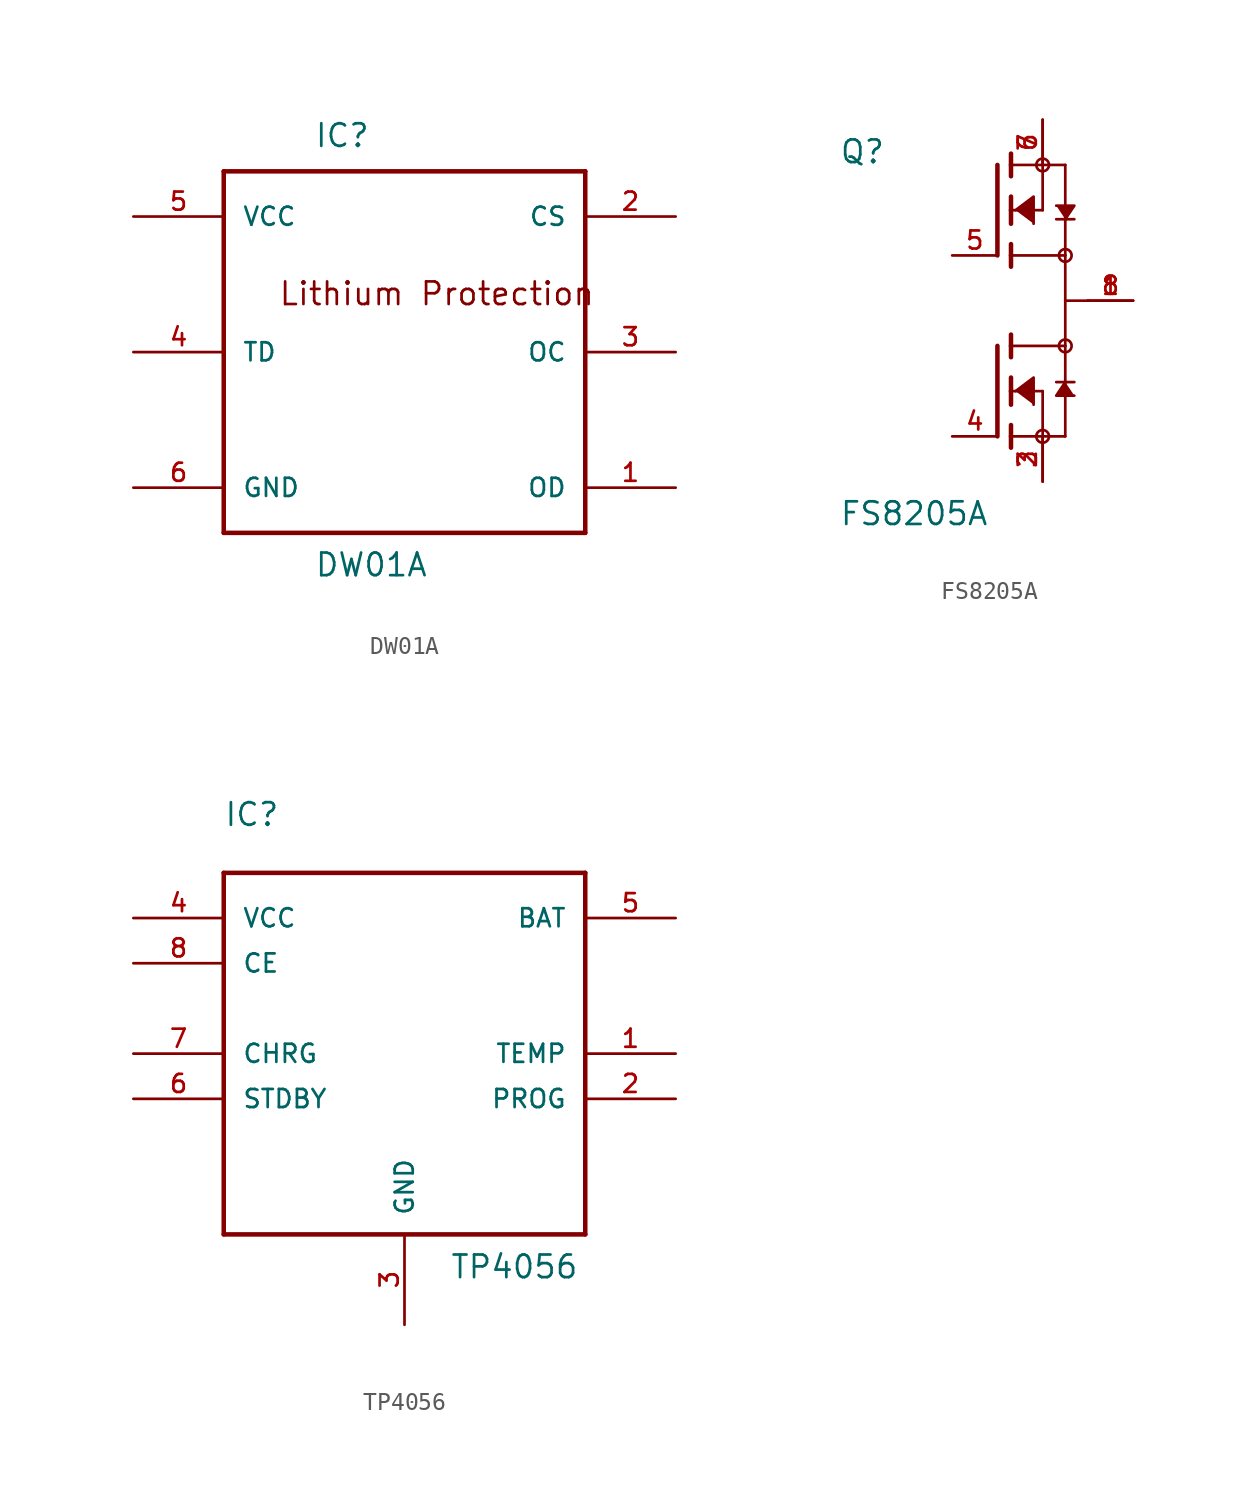
<source format=kicad_sym>
(kicad_symbol_lib
  (version 20200908)
  (generator kicad_symbol_editor)
  (symbol "New_Library:DW01A"
    (pin_names
      (offset 1.016))
    (property "Reference" "IC"
      (at -5.08 11.43 0)
      (effects (font (size 1.27 1.27)) (justify left bottom)))
    (property "Value" "DW01A"
      (at -5.08 -12.7 0)
      (effects (font (size 1.27 1.27)) (justify left bottom)))
    (property "ki_locked" ""
      (at 0 0 0)
      (effects (font (size 1.27 1.27))))
    (symbol "DW01A_0_0"
      (text "Lithium Protection" (at -7.112 2.54 0) (effects (font (size 1.27 1.27)) (justify left bottom)))
      (polyline (pts (xy -10.16 -10.16) (xy -10.16 10.16)) (stroke (width 0.254)) (fill (type none)))
      (polyline (pts (xy -10.16 10.16) (xy 10.16 10.16)) (stroke (width 0.254)) (fill (type none)))
      (polyline (pts (xy 10.16 10.16) (xy 10.16 -10.16)) (stroke (width 0.254)) (fill (type none)))
      (polyline (pts (xy 10.16 -10.16) (xy -10.16 -10.16)) (stroke (width 0.254)) (fill (type none)))
      (pin power_in line (at -15.24 7.62 0) (length 5.08) (name "VCC" (effects (font (size 1.016 1.016)))) (number "5" (effects (font (size 1.016 1.016)))))
      (pin power_in line (at -15.24 -7.62 0) (length 5.08) (name "GND" (effects (font (size 1.016 1.016)))) (number "6" (effects (font (size 1.016 1.016)))))
      (pin bidirectional line (at -15.24 0 0) (length 5.08) (name "TD" (effects (font (size 1.016 1.016)))) (number "4" (effects (font (size 1.016 1.016)))))
      (pin bidirectional line (at 15.24 -7.62 180) (length 5.08) (name "OD" (effects (font (size 1.016 1.016)))) (number "1" (effects (font (size 1.016 1.016)))))
      (pin bidirectional line (at 15.24 0 180) (length 5.08) (name "OC" (effects (font (size 1.016 1.016)))) (number "3" (effects (font (size 1.016 1.016)))))
      (pin bidirectional line (at 15.24 7.62 180) (length 5.08) (name "CS" (effects (font (size 1.016 1.016)))) (number "2" (effects (font (size 1.016 1.016)))))))
  (symbol "New_Library:FS8205A"
    (pin_names
      (offset 1.016) hide)
    (property "Reference" "Q"
      (at -11.43 7.62 0)
      (effects (font (size 1.27 1.27)) (justify left bottom)))
    (property "Value" "FS8205A"
      (at -11.43 -12.7 0)
      (effects (font (size 1.27 1.27)) (justify left bottom)))
    (property "ki_locked" ""
      (at 0 0 0)
      (effects (font (size 1.27 1.27))))
    (symbol "FS8205A_0_0"
      (circle (center 0 -7.62) (radius 0.356) (stroke (width 0)) (fill (type none)))
      (circle (center 1.27 -2.54) (radius 0.356) (stroke (width 0)) (fill (type none)))
      (circle (center 0 7.62) (radius 0.356) (stroke (width 0)) (fill (type none)))
      (circle (center 1.27 2.54) (radius 0.356) (stroke (width 0)) (fill (type none)))
      (polyline (pts (xy -1.778 -4.318) (xy -1.778 -5.08)) (stroke (width 0.254)) (fill (type none)))
      (polyline (pts (xy -1.778 -5.08) (xy -1.778 -5.842)) (stroke (width 0.254)) (fill (type none)))
      (polyline (pts (xy -1.778 -1.905) (xy -1.778 -2.54)) (stroke (width 0.254)) (fill (type none)))
      (polyline (pts (xy -1.778 -2.54) (xy -1.778 -3.175)) (stroke (width 0.254)) (fill (type none)))
      (polyline (pts (xy -1.778 -5.08) (xy 0 -5.08)) (stroke (width 0.152)) (fill (type none)))
      (polyline (pts (xy 0 -5.08) (xy 0 -7.62)) (stroke (width 0.152)) (fill (type none)))
      (polyline (pts (xy -1.778 -6.985) (xy -1.778 -7.62)) (stroke (width 0.254)) (fill (type none)))
      (polyline (pts (xy -1.778 -7.62) (xy -1.778 -8.255)) (stroke (width 0.254)) (fill (type none)))
      (polyline (pts (xy -2.54 -2.54) (xy -2.54 -7.62)) (stroke (width 0.254)) (fill (type none)))
      (polyline (pts (xy 0 -7.62) (xy -1.778 -7.62)) (stroke (width 0.152)) (fill (type none)))
      (polyline (pts (xy 1.27 -2.54) (xy 1.27 -4.572)) (stroke (width 0.152)) (fill (type none)))
      (polyline (pts (xy 1.27 -4.572) (xy 1.27 -7.62)) (stroke (width 0.152)) (fill (type none)))
      (polyline (pts (xy 0 -7.62) (xy 1.27 -7.62)) (stroke (width 0.152)) (fill (type none)))
      (polyline (pts (xy -1.778 -2.54) (xy 1.27 -2.54)) (stroke (width 0.152)) (fill (type none)))
      (polyline (pts (xy 1.778 -4.572) (xy 1.27 -4.572)) (stroke (width 0.152)) (fill (type none)))
      (polyline (pts (xy 1.27 -4.572) (xy 0.762 -4.572)) (stroke (width 0.152)) (fill (type none)))
      (polyline (pts (xy 1.27 -4.572) (xy 0.762 -5.334) (xy 1.778 -5.334)) (stroke (width 0.152)) (fill (type outline)))
      (polyline (pts (xy -1.524 -5.08) (xy -0.508 -4.318) (xy -0.508 -5.842)) (stroke (width 0.152)) (fill (type outline)))
      (polyline (pts (xy -1.778 5.842) (xy -1.778 5.08)) (stroke (width 0.254)) (fill (type none)))
      (polyline (pts (xy -1.778 5.08) (xy -1.778 4.318)) (stroke (width 0.254)) (fill (type none)))
      (polyline (pts (xy -1.778 8.255) (xy -1.778 7.62)) (stroke (width 0.254)) (fill (type none)))
      (polyline (pts (xy -1.778 7.62) (xy -1.778 6.985)) (stroke (width 0.254)) (fill (type none)))
      (polyline (pts (xy -1.778 5.08) (xy 0 5.08)) (stroke (width 0.152)) (fill (type none)))
      (polyline (pts (xy -1.778 3.175) (xy -1.778 2.54)) (stroke (width 0.254)) (fill (type none)))
      (polyline (pts (xy -1.778 2.54) (xy -1.778 1.905)) (stroke (width 0.254)) (fill (type none)))
      (polyline (pts (xy -2.54 7.62) (xy -2.54 2.54)) (stroke (width 0.254)) (fill (type none)))
      (polyline (pts (xy 1.27 2.54) (xy -1.778 2.54)) (stroke (width 0.152)) (fill (type none)))
      (polyline (pts (xy -1.778 7.62) (xy 1.27 7.62)) (stroke (width 0.152)) (fill (type none)))
      (polyline (pts (xy -1.524 5.08) (xy -0.508 5.842) (xy -0.508 4.318)) (stroke (width 0.152)) (fill (type outline)))
      (polyline (pts (xy 1.27 2.54) (xy 1.27 4.572)) (stroke (width 0.152)) (fill (type none)))
      (polyline (pts (xy 1.27 4.572) (xy 1.27 7.62)) (stroke (width 0.152)) (fill (type none)))
      (polyline (pts (xy 0.762 4.572) (xy 1.27 4.572)) (stroke (width 0.152)) (fill (type none)))
      (polyline (pts (xy 1.27 4.572) (xy 1.778 4.572)) (stroke (width 0.152)) (fill (type none)))
      (polyline (pts (xy 1.27 4.572) (xy 1.778 5.334) (xy 0.762 5.334)) (stroke (width 0.152)) (fill (type outline)))
      (polyline (pts (xy 0 7.62) (xy 0 5.08)) (stroke (width 0.152)) (fill (type none)))
      (polyline (pts (xy 1.27 -2.54) (xy 1.27 0)) (stroke (width 0.152)) (fill (type none)))
      (polyline (pts (xy 1.27 0) (xy 1.27 2.54)) (stroke (width 0.152)) (fill (type none)))
      (polyline (pts (xy 1.27 0) (xy 2.54 0)) (stroke (width 0.152)) (fill (type none)))
      (pin passive line (at 0 -10.16 90) (length 2.54) (name "~" (effects (font (size 1.016 1.016)))) (number "2" (effects (font (size 1.016 1.016)))))
      (pin passive line (at 0 -10.16 90) (length 2.54) (name "~" (effects (font (size 1.016 1.016)))) (number "3" (effects (font (size 1.016 1.016)))))
      (pin passive line (at -5.08 -7.62 0) (length 2.54) (name "~" (effects (font (size 1.016 1.016)))) (number "4" (effects (font (size 1.016 1.016)))))
      (pin passive line (at 5.08 0 180) (length 2.54) (name "~" (effects (font (size 1.016 1.016)))) (number "1" (effects (font (size 1.016 1.016)))))
      (pin passive line (at 5.08 0 180) (length 2.54) (name "~" (effects (font (size 1.016 1.016)))) (number "8" (effects (font (size 1.016 1.016)))))
      (pin passive line (at -5.08 2.54 0) (length 2.54) (name "~" (effects (font (size 1.016 1.016)))) (number "5" (effects (font (size 1.016 1.016)))))
      (pin passive line (at 0 10.16 270) (length 2.54) (name "~" (effects (font (size 1.016 1.016)))) (number "6" (effects (font (size 1.016 1.016)))))
      (pin passive line (at 0 10.16 270) (length 2.54) (name "~" (effects (font (size 1.016 1.016)))) (number "7" (effects (font (size 1.016 1.016)))))))
  (symbol "New_Library:TP4056"
    (pin_names
      (offset 1.016))
    (property "Reference" "IC"
      (at -10.16 12.7 0)
      (effects (font (size 1.27 1.27)) (justify left bottom)))
    (property "Value" "TP4056"
      (at 2.54 -12.725 0)
      (effects (font (size 1.27 1.27)) (justify left bottom)))
    (property "ki_locked" ""
      (at 0 0 0)
      (effects (font (size 1.27 1.27))))
    (symbol "TP4056_0_0"
      (polyline (pts (xy -10.16 10.16) (xy -10.16 -10.16)) (stroke (width 0.254)) (fill (type none)))
      (polyline (pts (xy -10.16 -10.16) (xy 10.16 -10.16)) (stroke (width 0.254)) (fill (type none)))
      (polyline (pts (xy 10.16 -10.16) (xy 10.16 10.16)) (stroke (width 0.254)) (fill (type none)))
      (polyline (pts (xy 10.16 10.16) (xy -10.16 10.16)) (stroke (width 0.254)) (fill (type none)))
      (pin bidirectional line (at 15.24 0 180) (length 5.08) (name "TEMP" (effects (font (size 1.016 1.016)))) (number "1" (effects (font (size 1.016 1.016)))))
      (pin bidirectional line (at 15.24 -2.54 180) (length 5.08) (name "PROG" (effects (font (size 1.016 1.016)))) (number "2" (effects (font (size 1.016 1.016)))))
      (pin bidirectional line (at 0 -15.24 90) (length 5.08) (name "GND" (effects (font (size 1.016 1.016)))) (number "3" (effects (font (size 1.016 1.016)))))
      (pin bidirectional line (at -15.24 7.62 0) (length 5.08) (name "VCC" (effects (font (size 1.016 1.016)))) (number "4" (effects (font (size 1.016 1.016)))))
      (pin bidirectional line (at 15.24 7.62 180) (length 5.08) (name "BAT" (effects (font (size 1.016 1.016)))) (number "5" (effects (font (size 1.016 1.016)))))
      (pin bidirectional line (at -15.24 -2.54 0) (length 5.08) (name "STDBY" (effects (font (size 1.016 1.016)))) (number "6" (effects (font (size 1.016 1.016)))))
      (pin bidirectional line (at -15.24 0 0) (length 5.08) (name "CHRG" (effects (font (size 1.016 1.016)))) (number "7" (effects (font (size 1.016 1.016)))))
      (pin bidirectional line (at -15.24 5.08 0) (length 5.08) (name "CE" (effects (font (size 1.016 1.016)))) (number "8" (effects (font (size 1.016 1.016))))))))
</source>
